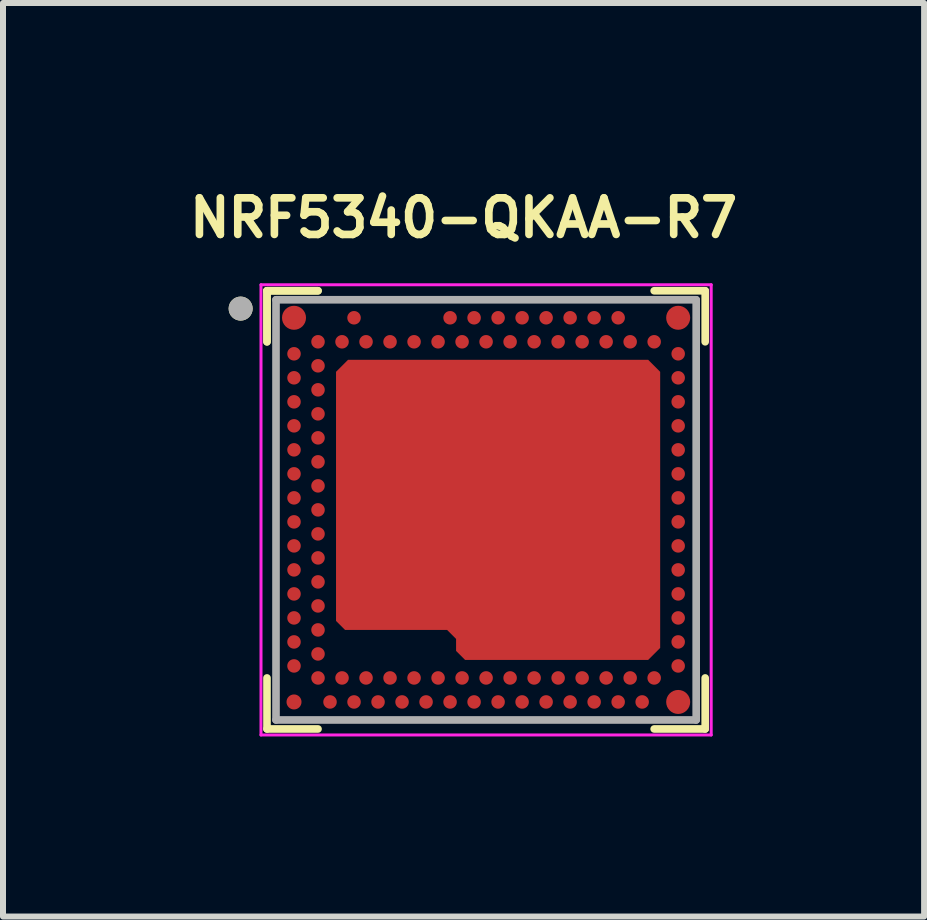
<source format=kicad_pcb>
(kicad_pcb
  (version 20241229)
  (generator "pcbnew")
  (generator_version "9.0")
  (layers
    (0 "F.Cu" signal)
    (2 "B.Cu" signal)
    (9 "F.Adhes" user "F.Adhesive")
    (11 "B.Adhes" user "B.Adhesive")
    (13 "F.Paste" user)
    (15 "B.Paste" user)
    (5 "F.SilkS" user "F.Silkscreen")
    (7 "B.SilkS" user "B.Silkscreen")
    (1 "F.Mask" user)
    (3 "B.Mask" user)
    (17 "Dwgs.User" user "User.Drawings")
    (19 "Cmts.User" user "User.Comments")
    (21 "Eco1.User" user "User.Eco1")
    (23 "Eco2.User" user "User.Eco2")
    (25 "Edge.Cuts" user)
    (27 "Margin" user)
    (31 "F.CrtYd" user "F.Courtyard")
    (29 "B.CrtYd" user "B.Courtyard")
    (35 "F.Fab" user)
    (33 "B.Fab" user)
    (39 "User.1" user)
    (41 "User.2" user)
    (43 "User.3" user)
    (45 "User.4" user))
  (footprint "NRF5340-QKAA-R7"
    (layer "F.Cu")
    (at 5.048 5.444)
    (property "Reference" "NRF5340-QKAA-R7" (at -0.375 -4.864 0) (layer "F.SilkS") (effects (font (size 0.61 0.61) (thickness 0.127))))
    (attr smd)
    (fp_line (start -3.65 -3.65) (end -3.65 -2.8) (stroke (width 0.127) (type solid)) (layer "F.SilkS"))
    (fp_line (start -3.65 -3.65) (end -3.65 -2.8) (stroke (width 0.127) (type solid)) (layer "F.SilkS"))
    (fp_line (start -3.65 2.8) (end -3.65 3.65) (stroke (width 0.127) (type solid)) (layer "F.SilkS"))
    (fp_line (start -3.65 3.65) (end -2.8 3.65) (stroke (width 0.127) (type solid)) (layer "F.SilkS"))
    (fp_line (start -2.8 -3.65) (end -3.65 -3.65) (stroke (width 0.127) (type solid)) (layer "F.SilkS"))
    (fp_line (start -2.8 -3.65) (end -3.65 -3.65) (stroke (width 0.127) (type solid)) (layer "F.SilkS"))
    (fp_line (start 2.8 3.65) (end 3.65 3.65) (stroke (width 0.127) (type solid)) (layer "F.SilkS"))
    (fp_line (start 3.65 -3.65) (end 2.8 -3.65) (stroke (width 0.127) (type solid)) (layer "F.SilkS"))
    (fp_line (start 3.65 -2.8) (end 3.65 -3.65) (stroke (width 0.127) (type solid)) (layer "F.SilkS"))
    (fp_line (start 3.65 3.65) (end 3.65 2.8) (stroke (width 0.127) (type solid)) (layer "F.SilkS"))
    (fp_circle (center -4.089 -3.353) (end -3.989 -3.353) (stroke (width 0.2) (type solid)) (fill no) (layer "F.SilkS"))
    (fp_circle (center -3.2 -3.2) (end -3.103 -3.2) (stroke (width 0.194) (type solid)) (fill no) (layer "F.Paste"))
    (fp_circle (center -3.2 -2.6) (end -3.147 -2.6) (stroke (width 0.106) (type solid)) (fill no) (layer "F.Paste"))
    (fp_circle (center -3.2 -2.2) (end -3.147 -2.2) (stroke (width 0.106) (type solid)) (fill no) (layer "F.Paste"))
    (fp_circle (center -3.2 -1.8) (end -3.147 -1.8) (stroke (width 0.106) (type solid)) (fill no) (layer "F.Paste"))
    (fp_circle (center -3.2 -1.4) (end -3.147 -1.4) (stroke (width 0.106) (type solid)) (fill no) (layer "F.Paste"))
    (fp_circle (center -3.2 -1) (end -3.147 -1) (stroke (width 0.106) (type solid)) (fill no) (layer "F.Paste"))
    (fp_circle (center -3.2 -0.6) (end -3.147 -0.6) (stroke (width 0.106) (type solid)) (fill no) (layer "F.Paste"))
    (fp_circle (center -3.2 -0.2) (end -3.147 -0.2) (stroke (width 0.106) (type solid)) (fill no) (layer "F.Paste"))
    (fp_circle (center -3.2 0.2) (end -3.147 0.2) (stroke (width 0.106) (type solid)) (fill no) (layer "F.Paste"))
    (fp_circle (center -3.2 0.6) (end -3.147 0.6) (stroke (width 0.106) (type solid)) (fill no) (layer "F.Paste"))
    (fp_circle (center -3.2 1) (end -3.147 1) (stroke (width 0.106) (type solid)) (fill no) (layer "F.Paste"))
    (fp_circle (center -3.2 1.4) (end -3.147 1.4) (stroke (width 0.106) (type solid)) (fill no) (layer "F.Paste"))
    (fp_circle (center -3.2 1.8) (end -3.147 1.8) (stroke (width 0.106) (type solid)) (fill no) (layer "F.Paste"))
    (fp_circle (center -3.2 2.2) (end -3.147 2.2) (stroke (width 0.106) (type solid)) (fill no) (layer "F.Paste"))
    (fp_circle (center -3.2 2.6) (end -3.147 2.6) (stroke (width 0.106) (type solid)) (fill no) (layer "F.Paste"))
    (fp_circle (center -3.2 3.2) (end -3.075 3.2) (stroke (width 0) (type solid)) (fill yes) (layer "F.Paste"))
    (fp_circle (center -2.8 -2.8) (end -2.747 -2.8) (stroke (width 0.106) (type solid)) (fill no) (layer "F.Paste"))
    (fp_circle (center -2.8 -2.4) (end -2.747 -2.4) (stroke (width 0.106) (type solid)) (fill no) (layer "F.Paste"))
    (fp_circle (center -2.8 -2) (end -2.747 -2) (stroke (width 0.106) (type solid)) (fill no) (layer "F.Paste"))
    (fp_circle (center -2.8 -1.6) (end -2.747 -1.6) (stroke (width 0.106) (type solid)) (fill no) (layer "F.Paste"))
    (fp_circle (center -2.8 -1.2) (end -2.747 -1.2) (stroke (width 0.106) (type solid)) (fill no) (layer "F.Paste"))
    (fp_circle (center -2.8 -0.8) (end -2.747 -0.8) (stroke (width 0.106) (type solid)) (fill no) (layer "F.Paste"))
    (fp_circle (center -2.8 -0.4) (end -2.747 -0.4) (stroke (width 0.106) (type solid)) (fill no) (layer "F.Paste"))
    (fp_circle (center -2.8 0) (end -2.747 0) (stroke (width 0.106) (type solid)) (fill no) (layer "F.Paste"))
    (fp_circle (center -2.8 0.4) (end -2.747 0.4) (stroke (width 0.106) (type solid)) (fill no) (layer "F.Paste"))
    (fp_circle (center -2.8 0.8) (end -2.747 0.8) (stroke (width 0.106) (type solid)) (fill no) (layer "F.Paste"))
    (fp_circle (center -2.8 1.2) (end -2.747 1.2) (stroke (width 0.106) (type solid)) (fill no) (layer "F.Paste"))
    (fp_circle (center -2.8 1.6) (end -2.747 1.6) (stroke (width 0.106) (type solid)) (fill no) (layer "F.Paste"))
    (fp_circle (center -2.8 2) (end -2.747 2) (stroke (width 0.106) (type solid)) (fill no) (layer "F.Paste"))
    (fp_circle (center -2.8 2.4) (end -2.747 2.4) (stroke (width 0.106) (type solid)) (fill no) (layer "F.Paste"))
    (fp_circle (center -2.8 2.8) (end -2.747 2.8) (stroke (width 0.106) (type solid)) (fill no) (layer "F.Paste"))
    (fp_circle (center -2.6 3.2) (end -2.547 3.2) (stroke (width 0.106) (type solid)) (fill no) (layer "F.Paste"))
    (fp_circle (center -2.4 -2.8) (end -2.347 -2.8) (stroke (width 0.106) (type solid)) (fill no) (layer "F.Paste"))
    (fp_circle (center -2.4 2.8) (end -2.347 2.8) (stroke (width 0.106) (type solid)) (fill no) (layer "F.Paste"))
    (fp_circle (center -2.2 -3.2) (end -2.147 -3.2) (stroke (width 0.106) (type solid)) (fill no) (layer "F.Paste"))
    (fp_circle (center -2.2 3.2) (end -2.147 3.2) (stroke (width 0.106) (type solid)) (fill no) (layer "F.Paste"))
    (fp_circle (center -2 -2.8) (end -1.947 -2.8) (stroke (width 0.106) (type solid)) (fill no) (layer "F.Paste"))
    (fp_circle (center -2 2.8) (end -1.947 2.8) (stroke (width 0.106) (type solid)) (fill no) (layer "F.Paste"))
    (fp_circle (center -1.8 3.2) (end -1.747 3.2) (stroke (width 0.106) (type solid)) (fill no) (layer "F.Paste"))
    (fp_circle (center -1.6 -2.8) (end -1.547 -2.8) (stroke (width 0.106) (type solid)) (fill no) (layer "F.Paste"))
    (fp_circle (center -1.6 2.8) (end -1.547 2.8) (stroke (width 0.106) (type solid)) (fill no) (layer "F.Paste"))
    (fp_circle (center -1.4 3.2) (end -1.347 3.2) (stroke (width 0.106) (type solid)) (fill no) (layer "F.Paste"))
    (fp_circle (center -1.2 -2.8) (end -1.147 -2.8) (stroke (width 0.106) (type solid)) (fill no) (layer "F.Paste"))
    (fp_circle (center -1.2 2.8) (end -1.147 2.8) (stroke (width 0.106) (type solid)) (fill no) (layer "F.Paste"))
    (fp_circle (center -1 3.2) (end -0.947 3.2) (stroke (width 0.106) (type solid)) (fill no) (layer "F.Paste"))
    (fp_circle (center -0.8 -2.8) (end -0.747 -2.8) (stroke (width 0.106) (type solid)) (fill no) (layer "F.Paste"))
    (fp_circle (center -0.8 2.8) (end -0.747 2.8) (stroke (width 0.106) (type solid)) (fill no) (layer "F.Paste"))
    (fp_circle (center -0.6 -3.2) (end -0.547 -3.2) (stroke (width 0.106) (type solid)) (fill no) (layer "F.Paste"))
    (fp_circle (center -0.6 3.2) (end -0.547 3.2) (stroke (width 0.106) (type solid)) (fill no) (layer "F.Paste"))
    (fp_circle (center -0.4 -2.8) (end -0.347 -2.8) (stroke (width 0.106) (type solid)) (fill no) (layer "F.Paste"))
    (fp_circle (center -0.4 2.8) (end -0.347 2.8) (stroke (width 0.106) (type solid)) (fill no) (layer "F.Paste"))
    (fp_circle (center -0.2 -3.2) (end -0.147 -3.2) (stroke (width 0.106) (type solid)) (fill no) (layer "F.Paste"))
    (fp_circle (center -0.2 3.2) (end -0.147 3.2) (stroke (width 0.106) (type solid)) (fill no) (layer "F.Paste"))
    (fp_circle (center 0 -2.8) (end 0.053 -2.8) (stroke (width 0.106) (type solid)) (fill no) (layer "F.Paste"))
    (fp_circle (center 0 2.8) (end 0.053 2.8) (stroke (width 0.106) (type solid)) (fill no) (layer "F.Paste"))
    (fp_circle (center 0.2 -3.2) (end 0.253 -3.2) (stroke (width 0.106) (type solid)) (fill no) (layer "F.Paste"))
    (fp_circle (center 0.2 3.2) (end 0.253 3.2) (stroke (width 0.106) (type solid)) (fill no) (layer "F.Paste"))
    (fp_circle (center 0.4 -2.8) (end 0.453 -2.8) (stroke (width 0.106) (type solid)) (fill no) (layer "F.Paste"))
    (fp_circle (center 0.4 2.8) (end 0.453 2.8) (stroke (width 0.106) (type solid)) (fill no) (layer "F.Paste"))
    (fp_circle (center 0.6 -3.2) (end 0.653 -3.2) (stroke (width 0.106) (type solid)) (fill no) (layer "F.Paste"))
    (fp_circle (center 0.6 3.2) (end 0.653 3.2) (stroke (width 0.106) (type solid)) (fill no) (layer "F.Paste"))
    (fp_circle (center 0.8 -2.8) (end 0.853 -2.8) (stroke (width 0.106) (type solid)) (fill no) (layer "F.Paste"))
    (fp_circle (center 0.8 2.8) (end 0.853 2.8) (stroke (width 0.106) (type solid)) (fill no) (layer "F.Paste"))
    (fp_circle (center 1 -3.2) (end 1.053 -3.2) (stroke (width 0.106) (type solid)) (fill no) (layer "F.Paste"))
    (fp_circle (center 1 3.2) (end 1.053 3.2) (stroke (width 0.106) (type solid)) (fill no) (layer "F.Paste"))
    (fp_circle (center 1.2 -2.8) (end 1.253 -2.8) (stroke (width 0.106) (type solid)) (fill no) (layer "F.Paste"))
    (fp_circle (center 1.2 2.8) (end 1.253 2.8) (stroke (width 0.106) (type solid)) (fill no) (layer "F.Paste"))
    (fp_circle (center 1.4 -3.2) (end 1.453 -3.2) (stroke (width 0.106) (type solid)) (fill no) (layer "F.Paste"))
    (fp_circle (center 1.4 3.2) (end 1.453 3.2) (stroke (width 0.106) (type solid)) (fill no) (layer "F.Paste"))
    (fp_circle (center 1.6 -2.8) (end 1.653 -2.8) (stroke (width 0.106) (type solid)) (fill no) (layer "F.Paste"))
    (fp_circle (center 1.6 2.8) (end 1.653 2.8) (stroke (width 0.106) (type solid)) (fill no) (layer "F.Paste"))
    (fp_circle (center 1.8 -3.2) (end 1.853 -3.2) (stroke (width 0.106) (type solid)) (fill no) (layer "F.Paste"))
    (fp_circle (center 1.8 3.2) (end 1.853 3.2) (stroke (width 0.106) (type solid)) (fill no) (layer "F.Paste"))
    (fp_circle (center 2 -2.8) (end 2.053 -2.8) (stroke (width 0.106) (type solid)) (fill no) (layer "F.Paste"))
    (fp_circle (center 2 2.8) (end 2.053 2.8) (stroke (width 0.106) (type solid)) (fill no) (layer "F.Paste"))
    (fp_circle (center 2.2 -3.2) (end 2.253 -3.2) (stroke (width 0.106) (type solid)) (fill no) (layer "F.Paste"))
    (fp_circle (center 2.2 3.2) (end 2.253 3.2) (stroke (width 0.106) (type solid)) (fill no) (layer "F.Paste"))
    (fp_circle (center 2.4 -2.8) (end 2.453 -2.8) (stroke (width 0.106) (type solid)) (fill no) (layer "F.Paste"))
    (fp_circle (center 2.4 2.8) (end 2.453 2.8) (stroke (width 0.106) (type solid)) (fill no) (layer "F.Paste"))
    (fp_circle (center 2.6 3.2) (end 2.653 3.2) (stroke (width 0.106) (type solid)) (fill no) (layer "F.Paste"))
    (fp_circle (center 2.8 -2.8) (end 2.853 -2.8) (stroke (width 0.106) (type solid)) (fill no) (layer "F.Paste"))
    (fp_circle (center 2.8 2.8) (end 2.853 2.8) (stroke (width 0.106) (type solid)) (fill no) (layer "F.Paste"))
    (fp_circle (center 3.2 -3.2) (end 3.297 -3.2) (stroke (width 0.194) (type solid)) (fill no) (layer "F.Paste"))
    (fp_circle (center 3.2 -2.6) (end 3.253 -2.6) (stroke (width 0.106) (type solid)) (fill no) (layer "F.Paste"))
    (fp_circle (center 3.2 -2.2) (end 3.253 -2.2) (stroke (width 0.106) (type solid)) (fill no) (layer "F.Paste"))
    (fp_circle (center 3.2 -1.8) (end 3.253 -1.8) (stroke (width 0.106) (type solid)) (fill no) (layer "F.Paste"))
    (fp_circle (center 3.2 -1.4) (end 3.253 -1.4) (stroke (width 0.106) (type solid)) (fill no) (layer "F.Paste"))
    (fp_circle (center 3.2 -1) (end 3.253 -1) (stroke (width 0.106) (type solid)) (fill no) (layer "F.Paste"))
    (fp_circle (center 3.2 -0.6) (end 3.253 -0.6) (stroke (width 0.106) (type solid)) (fill no) (layer "F.Paste"))
    (fp_circle (center 3.2 -0.2) (end 3.253 -0.2) (stroke (width 0.106) (type solid)) (fill no) (layer "F.Paste"))
    (fp_circle (center 3.2 0.2) (end 3.253 0.2) (stroke (width 0.106) (type solid)) (fill no) (layer "F.Paste"))
    (fp_circle (center 3.2 0.6) (end 3.253 0.6) (stroke (width 0.106) (type solid)) (fill no) (layer "F.Paste"))
    (fp_circle (center 3.2 1) (end 3.253 1) (stroke (width 0.106) (type solid)) (fill no) (layer "F.Paste"))
    (fp_circle (center 3.2 1.4) (end 3.253 1.4) (stroke (width 0.106) (type solid)) (fill no) (layer "F.Paste"))
    (fp_circle (center 3.2 1.8) (end 3.253 1.8) (stroke (width 0.106) (type solid)) (fill no) (layer "F.Paste"))
    (fp_circle (center 3.2 2.2) (end 3.253 2.2) (stroke (width 0.106) (type solid)) (fill no) (layer "F.Paste"))
    (fp_circle (center 3.2 2.6) (end 3.253 2.6) (stroke (width 0.106) (type solid)) (fill no) (layer "F.Paste"))
    (fp_circle (center 3.2 3.2) (end 3.297 3.2) (stroke (width 0.194) (type solid)) (fill no) (layer "F.Paste"))
    (fp_poly (pts (xy -2.3 -2.06) (xy -2.299 -2.072) (xy -2.298 -2.085) (xy -2.296 -2.098) (xy -2.294 -2.11) (xy -2.291 -2.123) (xy -2.287 -2.135) (xy -2.282 -2.147) (xy -2.277 -2.159) (xy -2.271 -2.17) (xy -2.265 -2.181) (xy -2.258 -2.192) (xy -2.251 -2.202) (xy -2.243 -2.213) (xy -2.234 -2.222) (xy -2.225 -2.231) (xy -2.216 -2.24) (xy -2.206 -2.248) (xy -2.196 -2.256) (xy -2.185 -2.263) (xy -2.174 -2.269) (xy -2.162 -2.275) (xy -2.151 -2.281) (xy -2.139 -2.285) (xy -2.127 -2.289) (xy -2.114 -2.293) (xy -2.102 -2.296) (xy -2.089 -2.298) (xy -2.076 -2.299) (xy -2.064 -2.3) (xy -2.05 -2.3) (xy -1.45 -2.3) (xy -1.436 -2.3) (xy -1.424 -2.299) (xy -1.411 -2.298) (xy -1.398 -2.296) (xy -1.386 -2.293) (xy -1.373 -2.289) (xy -1.361 -2.285) (xy -1.349 -2.281) (xy -1.338 -2.275) (xy -1.326 -2.269) (xy -1.315 -2.263) (xy -1.304 -2.256) (xy -1.294 -2.248) (xy -1.284 -2.24) (xy -1.275 -2.231) (xy -1.266 -2.222) (xy -1.257 -2.213) (xy -1.249 -2.202) (xy -1.242 -2.192) (xy -1.235 -2.181) (xy -1.229 -2.17) (xy -1.223 -2.159) (xy -1.218 -2.147) (xy -1.213 -2.135) (xy -1.209 -2.123) (xy -1.206 -2.11) (xy -1.204 -2.098) (xy -1.202 -2.085) (xy -1.201 -2.072) (xy -1.2 -2.06) (xy -1.2 -1.54) (xy -1.201 -1.528) (xy -1.202 -1.515) (xy -1.204 -1.502) (xy -1.206 -1.49) (xy -1.209 -1.477) (xy -1.213 -1.465) (xy -1.218 -1.453) (xy -1.223 -1.441) (xy -1.229 -1.43) (xy -1.235 -1.419) (xy -1.242 -1.408) (xy -1.249 -1.398) (xy -1.257 -1.387) (xy -1.266 -1.378) (xy -1.275 -1.369) (xy -1.284 -1.36) (xy -1.294 -1.352) (xy -1.304 -1.344) (xy -1.315 -1.337) (xy -1.326 -1.331) (xy -1.338 -1.325) (xy -1.349 -1.319) (xy -1.361 -1.315) (xy -1.373 -1.311) (xy -1.386 -1.307) (xy -1.398 -1.304) (xy -1.411 -1.302) (xy -1.424 -1.301) (xy -1.436 -1.3) (xy -1.45 -1.3) (xy -2.05 -1.3) (xy -2.064 -1.3) (xy -2.076 -1.301) (xy -2.089 -1.302) (xy -2.102 -1.304) (xy -2.114 -1.307) (xy -2.127 -1.311) (xy -2.139 -1.315) (xy -2.151 -1.319) (xy -2.162 -1.325) (xy -2.174 -1.331) (xy -2.185 -1.337) (xy -2.196 -1.344) (xy -2.206 -1.352) (xy -2.216 -1.36) (xy -2.225 -1.369) (xy -2.234 -1.378) (xy -2.243 -1.387) (xy -2.251 -1.398) (xy -2.258 -1.408) (xy -2.265 -1.419) (xy -2.271 -1.43) (xy -2.277 -1.441) (xy -2.282 -1.453) (xy -2.287 -1.465) (xy -2.291 -1.477) (xy -2.294 -1.49) (xy -2.296 -1.502) (xy -2.298 -1.515) (xy -2.299 -1.528) (xy -2.3 -1.54) (xy -2.3 -2.06)) (stroke (width 0.01) (type solid)) (fill yes) (layer "F.Paste"))
    (fp_poly (pts (xy -2.3 -0.86) (xy -2.299 -0.872) (xy -2.298 -0.885) (xy -2.296 -0.898) (xy -2.294 -0.91) (xy -2.291 -0.923) (xy -2.287 -0.935) (xy -2.282 -0.947) (xy -2.277 -0.959) (xy -2.271 -0.97) (xy -2.265 -0.981) (xy -2.258 -0.992) (xy -2.251 -1.002) (xy -2.243 -1.013) (xy -2.234 -1.022) (xy -2.225 -1.031) (xy -2.216 -1.04) (xy -2.206 -1.048) (xy -2.196 -1.056) (xy -2.185 -1.063) (xy -2.174 -1.069) (xy -2.162 -1.075) (xy -2.151 -1.081) (xy -2.139 -1.085) (xy -2.127 -1.089) (xy -2.114 -1.093) (xy -2.102 -1.096) (xy -2.089 -1.098) (xy -2.076 -1.099) (xy -2.064 -1.1) (xy -2.05 -1.1) (xy -1.45 -1.1) (xy -1.436 -1.1) (xy -1.424 -1.099) (xy -1.411 -1.098) (xy -1.398 -1.096) (xy -1.386 -1.093) (xy -1.373 -1.089) (xy -1.361 -1.085) (xy -1.349 -1.081) (xy -1.338 -1.075) (xy -1.326 -1.069) (xy -1.315 -1.063) (xy -1.304 -1.056) (xy -1.294 -1.048) (xy -1.284 -1.04) (xy -1.275 -1.031) (xy -1.266 -1.022) (xy -1.257 -1.013) (xy -1.249 -1.002) (xy -1.242 -0.992) (xy -1.235 -0.981) (xy -1.229 -0.97) (xy -1.223 -0.959) (xy -1.218 -0.947) (xy -1.213 -0.935) (xy -1.209 -0.923) (xy -1.206 -0.91) (xy -1.204 -0.898) (xy -1.202 -0.885) (xy -1.201 -0.872) (xy -1.2 -0.86) (xy -1.2 -0.34) (xy -1.201 -0.328) (xy -1.202 -0.315) (xy -1.204 -0.302) (xy -1.206 -0.29) (xy -1.209 -0.277) (xy -1.213 -0.265) (xy -1.218 -0.253) (xy -1.223 -0.241) (xy -1.229 -0.23) (xy -1.235 -0.219) (xy -1.242 -0.208) (xy -1.249 -0.198) (xy -1.257 -0.187) (xy -1.266 -0.178) (xy -1.275 -0.169) (xy -1.284 -0.16) (xy -1.294 -0.152) (xy -1.304 -0.144) (xy -1.315 -0.137) (xy -1.326 -0.131) (xy -1.338 -0.125) (xy -1.349 -0.119) (xy -1.361 -0.115) (xy -1.373 -0.111) (xy -1.386 -0.107) (xy -1.398 -0.104) (xy -1.411 -0.102) (xy -1.424 -0.101) (xy -1.436 -0.1) (xy -1.45 -0.1) (xy -2.05 -0.1) (xy -2.064 -0.1) (xy -2.076 -0.101) (xy -2.089 -0.102) (xy -2.102 -0.104) (xy -2.114 -0.107) (xy -2.127 -0.111) (xy -2.139 -0.115) (xy -2.151 -0.119) (xy -2.162 -0.125) (xy -2.174 -0.131) (xy -2.185 -0.137) (xy -2.196 -0.144) (xy -2.206 -0.152) (xy -2.216 -0.16) (xy -2.225 -0.169) (xy -2.234 -0.178) (xy -2.243 -0.187) (xy -2.251 -0.198) (xy -2.258 -0.208) (xy -2.265 -0.219) (xy -2.271 -0.23) (xy -2.277 -0.241) (xy -2.282 -0.253) (xy -2.287 -0.265) (xy -2.291 -0.277) (xy -2.294 -0.29) (xy -2.296 -0.302) (xy -2.298 -0.315) (xy -2.299 -0.328) (xy -2.3 -0.34) (xy -2.3 -0.86)) (stroke (width 0.01) (type solid)) (fill yes) (layer "F.Paste"))
    (fp_poly (pts (xy -2.3 0.34) (xy -2.299 0.328) (xy -2.298 0.315) (xy -2.296 0.302) (xy -2.294 0.29) (xy -2.291 0.277) (xy -2.287 0.265) (xy -2.282 0.253) (xy -2.277 0.241) (xy -2.271 0.23) (xy -2.265 0.219) (xy -2.258 0.208) (xy -2.251 0.198) (xy -2.243 0.187) (xy -2.234 0.178) (xy -2.225 0.169) (xy -2.216 0.16) (xy -2.206 0.152) (xy -2.196 0.144) (xy -2.185 0.137) (xy -2.174 0.131) (xy -2.162 0.125) (xy -2.151 0.119) (xy -2.139 0.115) (xy -2.127 0.111) (xy -2.114 0.107) (xy -2.102 0.104) (xy -2.089 0.102) (xy -2.076 0.101) (xy -2.064 0.1) (xy -2.05 0.1) (xy -1.45 0.1) (xy -1.436 0.1) (xy -1.424 0.101) (xy -1.411 0.102) (xy -1.398 0.104) (xy -1.386 0.107) (xy -1.373 0.111) (xy -1.361 0.115) (xy -1.349 0.119) (xy -1.338 0.125) (xy -1.326 0.131) (xy -1.315 0.137) (xy -1.304 0.144) (xy -1.294 0.152) (xy -1.284 0.16) (xy -1.275 0.169) (xy -1.266 0.178) (xy -1.257 0.187) (xy -1.249 0.198) (xy -1.242 0.208) (xy -1.235 0.219) (xy -1.229 0.23) (xy -1.223 0.241) (xy -1.218 0.253) (xy -1.213 0.265) (xy -1.209 0.277) (xy -1.206 0.29) (xy -1.204 0.302) (xy -1.202 0.315) (xy -1.201 0.328) (xy -1.2 0.34) (xy -1.2 0.86) (xy -1.201 0.872) (xy -1.202 0.885) (xy -1.204 0.898) (xy -1.206 0.91) (xy -1.209 0.923) (xy -1.213 0.935) (xy -1.218 0.947) (xy -1.223 0.959) (xy -1.229 0.97) (xy -1.235 0.981) (xy -1.242 0.992) (xy -1.249 1.002) (xy -1.257 1.013) (xy -1.266 1.022) (xy -1.275 1.031) (xy -1.284 1.04) (xy -1.294 1.048) (xy -1.304 1.056) (xy -1.315 1.063) (xy -1.326 1.069) (xy -1.338 1.075) (xy -1.349 1.081) (xy -1.361 1.085) (xy -1.373 1.089) (xy -1.386 1.093) (xy -1.398 1.096) (xy -1.411 1.098) (xy -1.424 1.099) (xy -1.436 1.1) (xy -1.45 1.1) (xy -2.05 1.1) (xy -2.064 1.1) (xy -2.076 1.099) (xy -2.089 1.098) (xy -2.102 1.096) (xy -2.114 1.093) (xy -2.127 1.089) (xy -2.139 1.085) (xy -2.151 1.081) (xy -2.162 1.075) (xy -2.174 1.069) (xy -2.185 1.063) (xy -2.196 1.056) (xy -2.206 1.048) (xy -2.216 1.04) (xy -2.225 1.031) (xy -2.234 1.022) (xy -2.243 1.013) (xy -2.251 1.002) (xy -2.258 0.992) (xy -2.265 0.981) (xy -2.271 0.97) (xy -2.277 0.959) (xy -2.282 0.947) (xy -2.287 0.935) (xy -2.291 0.923) (xy -2.294 0.91) (xy -2.296 0.898) (xy -2.298 0.885) (xy -2.299 0.872) (xy -2.3 0.86) (xy -2.3 0.34)) (stroke (width 0.01) (type solid)) (fill yes) (layer "F.Paste"))
    (fp_poly (pts (xy -1 -2.06) (xy -0.999 -2.072) (xy -0.998 -2.085) (xy -0.996 -2.098) (xy -0.994 -2.11) (xy -0.991 -2.123) (xy -0.987 -2.135) (xy -0.982 -2.147) (xy -0.977 -2.159) (xy -0.971 -2.17) (xy -0.965 -2.181) (xy -0.958 -2.192) (xy -0.951 -2.202) (xy -0.943 -2.213) (xy -0.934 -2.222) (xy -0.925 -2.231) (xy -0.916 -2.24) (xy -0.906 -2.248) (xy -0.896 -2.256) (xy -0.885 -2.263) (xy -0.874 -2.269) (xy -0.862 -2.275) (xy -0.851 -2.281) (xy -0.839 -2.285) (xy -0.827 -2.289) (xy -0.814 -2.293) (xy -0.802 -2.296) (xy -0.789 -2.298) (xy -0.776 -2.299) (xy -0.764 -2.3) (xy -0.75 -2.3) (xy -0.15 -2.3) (xy -0.136 -2.3) (xy -0.124 -2.299) (xy -0.111 -2.298) (xy -0.098 -2.296) (xy -0.086 -2.293) (xy -0.073 -2.289) (xy -0.061 -2.285) (xy -0.049 -2.281) (xy -0.038 -2.275) (xy -0.026 -2.269) (xy -0.015 -2.263) (xy -0.004 -2.256) (xy 0.006 -2.248) (xy 0.016 -2.24) (xy 0.025 -2.231) (xy 0.034 -2.222) (xy 0.043 -2.213) (xy 0.051 -2.202) (xy 0.058 -2.192) (xy 0.065 -2.181) (xy 0.071 -2.17) (xy 0.077 -2.159) (xy 0.082 -2.147) (xy 0.087 -2.135) (xy 0.091 -2.123) (xy 0.094 -2.11) (xy 0.096 -2.098) (xy 0.098 -2.085) (xy 0.099 -2.072) (xy 0.1 -2.06) (xy 0.1 -1.54) (xy 0.099 -1.528) (xy 0.098 -1.515) (xy 0.096 -1.502) (xy 0.094 -1.49) (xy 0.091 -1.477) (xy 0.087 -1.465) (xy 0.082 -1.453) (xy 0.077 -1.441) (xy 0.071 -1.43) (xy 0.065 -1.419) (xy 0.058 -1.408) (xy 0.051 -1.398) (xy 0.043 -1.387) (xy 0.034 -1.378) (xy 0.025 -1.369) (xy 0.016 -1.36) (xy 0.006 -1.352) (xy -0.004 -1.344) (xy -0.015 -1.337) (xy -0.026 -1.331) (xy -0.038 -1.325) (xy -0.049 -1.319) (xy -0.061 -1.315) (xy -0.073 -1.311) (xy -0.086 -1.307) (xy -0.098 -1.304) (xy -0.111 -1.302) (xy -0.124 -1.301) (xy -0.136 -1.3) (xy -0.15 -1.3) (xy -0.75 -1.3) (xy -0.764 -1.3) (xy -0.776 -1.301) (xy -0.789 -1.302) (xy -0.802 -1.304) (xy -0.814 -1.307) (xy -0.827 -1.311) (xy -0.839 -1.315) (xy -0.851 -1.319) (xy -0.862 -1.325) (xy -0.874 -1.331) (xy -0.885 -1.337) (xy -0.896 -1.344) (xy -0.906 -1.352) (xy -0.916 -1.36) (xy -0.925 -1.369) (xy -0.934 -1.378) (xy -0.943 -1.387) (xy -0.951 -1.398) (xy -0.958 -1.408) (xy -0.965 -1.419) (xy -0.971 -1.43) (xy -0.977 -1.441) (xy -0.982 -1.453) (xy -0.987 -1.465) (xy -0.991 -1.477) (xy -0.994 -1.49) (xy -0.996 -1.502) (xy -0.998 -1.515) (xy -0.999 -1.528) (xy -1 -1.54) (xy -1 -2.06)) (stroke (width 0.01) (type solid)) (fill yes) (layer "F.Paste"))
    (fp_poly (pts (xy -1 -0.86) (xy -0.999 -0.872) (xy -0.998 -0.885) (xy -0.996 -0.898) (xy -0.994 -0.91) (xy -0.991 -0.923) (xy -0.987 -0.935) (xy -0.982 -0.947) (xy -0.977 -0.959) (xy -0.971 -0.97) (xy -0.965 -0.981) (xy -0.958 -0.992) (xy -0.951 -1.002) (xy -0.943 -1.013) (xy -0.934 -1.022) (xy -0.925 -1.031) (xy -0.916 -1.04) (xy -0.906 -1.048) (xy -0.896 -1.056) (xy -0.885 -1.063) (xy -0.874 -1.069) (xy -0.862 -1.075) (xy -0.851 -1.081) (xy -0.839 -1.085) (xy -0.827 -1.089) (xy -0.814 -1.093) (xy -0.802 -1.096) (xy -0.789 -1.098) (xy -0.776 -1.099) (xy -0.764 -1.1) (xy -0.75 -1.1) (xy -0.15 -1.1) (xy -0.136 -1.1) (xy -0.124 -1.099) (xy -0.111 -1.098) (xy -0.098 -1.096) (xy -0.086 -1.093) (xy -0.073 -1.089) (xy -0.061 -1.085) (xy -0.049 -1.081) (xy -0.038 -1.075) (xy -0.026 -1.069) (xy -0.015 -1.063) (xy -0.004 -1.056) (xy 0.006 -1.048) (xy 0.016 -1.04) (xy 0.025 -1.031) (xy 0.034 -1.022) (xy 0.043 -1.013) (xy 0.051 -1.002) (xy 0.058 -0.992) (xy 0.065 -0.981) (xy 0.071 -0.97) (xy 0.077 -0.959) (xy 0.082 -0.947) (xy 0.087 -0.935) (xy 0.091 -0.923) (xy 0.094 -0.91) (xy 0.096 -0.898) (xy 0.098 -0.885) (xy 0.099 -0.872) (xy 0.1 -0.86) (xy 0.1 -0.34) (xy 0.099 -0.328) (xy 0.098 -0.315) (xy 0.096 -0.302) (xy 0.094 -0.29) (xy 0.091 -0.277) (xy 0.087 -0.265) (xy 0.082 -0.253) (xy 0.077 -0.241) (xy 0.071 -0.23) (xy 0.065 -0.219) (xy 0.058 -0.208) (xy 0.051 -0.198) (xy 0.043 -0.187) (xy 0.034 -0.178) (xy 0.025 -0.169) (xy 0.016 -0.16) (xy 0.006 -0.152) (xy -0.004 -0.144) (xy -0.015 -0.137) (xy -0.026 -0.131) (xy -0.038 -0.125) (xy -0.049 -0.119) (xy -0.061 -0.115) (xy -0.073 -0.111) (xy -0.086 -0.107) (xy -0.098 -0.104) (xy -0.111 -0.102) (xy -0.124 -0.101) (xy -0.136 -0.1) (xy -0.15 -0.1) (xy -0.75 -0.1) (xy -0.764 -0.1) (xy -0.776 -0.101) (xy -0.789 -0.102) (xy -0.802 -0.104) (xy -0.814 -0.107) (xy -0.827 -0.111) (xy -0.839 -0.115) (xy -0.851 -0.119) (xy -0.862 -0.125) (xy -0.874 -0.131) (xy -0.885 -0.137) (xy -0.896 -0.144) (xy -0.906 -0.152) (xy -0.916 -0.16) (xy -0.925 -0.169) (xy -0.934 -0.178) (xy -0.943 -0.187) (xy -0.951 -0.198) (xy -0.958 -0.208) (xy -0.965 -0.219) (xy -0.971 -0.23) (xy -0.977 -0.241) (xy -0.982 -0.253) (xy -0.987 -0.265) (xy -0.991 -0.277) (xy -0.994 -0.29) (xy -0.996 -0.302) (xy -0.998 -0.315) (xy -0.999 -0.328) (xy -1 -0.34) (xy -1 -0.86)) (stroke (width 0.01) (type solid)) (fill yes) (layer "F.Paste"))
    (fp_poly (pts (xy -1 0.34) (xy -0.999 0.328) (xy -0.998 0.315) (xy -0.996 0.302) (xy -0.994 0.29) (xy -0.991 0.277) (xy -0.987 0.265) (xy -0.982 0.253) (xy -0.977 0.241) (xy -0.971 0.23) (xy -0.965 0.219) (xy -0.958 0.208) (xy -0.951 0.198) (xy -0.943 0.187) (xy -0.934 0.178) (xy -0.925 0.169) (xy -0.916 0.16) (xy -0.906 0.152) (xy -0.896 0.144) (xy -0.885 0.137) (xy -0.874 0.131) (xy -0.862 0.125) (xy -0.851 0.119) (xy -0.839 0.115) (xy -0.827 0.111) (xy -0.814 0.107) (xy -0.802 0.104) (xy -0.789 0.102) (xy -0.776 0.101) (xy -0.764 0.1) (xy -0.75 0.1) (xy -0.15 0.1) (xy -0.136 0.1) (xy -0.124 0.101) (xy -0.111 0.102) (xy -0.098 0.104) (xy -0.086 0.107) (xy -0.073 0.111) (xy -0.061 0.115) (xy -0.049 0.119) (xy -0.038 0.125) (xy -0.026 0.131) (xy -0.015 0.137) (xy -0.004 0.144) (xy 0.006 0.152) (xy 0.016 0.16) (xy 0.025 0.169) (xy 0.034 0.178) (xy 0.043 0.187) (xy 0.051 0.198) (xy 0.058 0.208) (xy 0.065 0.219) (xy 0.071 0.23) (xy 0.077 0.241) (xy 0.082 0.253) (xy 0.087 0.265) (xy 0.091 0.277) (xy 0.094 0.29) (xy 0.096 0.302) (xy 0.098 0.315) (xy 0.099 0.328) (xy 0.1 0.34) (xy 0.1 0.86) (xy 0.099 0.872) (xy 0.098 0.885) (xy 0.096 0.898) (xy 0.094 0.91) (xy 0.091 0.923) (xy 0.087 0.935) (xy 0.082 0.947) (xy 0.077 0.959) (xy 0.071 0.97) (xy 0.065 0.981) (xy 0.058 0.992) (xy 0.051 1.002) (xy 0.043 1.013) (xy 0.034 1.022) (xy 0.025 1.031) (xy 0.016 1.04) (xy 0.006 1.048) (xy -0.004 1.056) (xy -0.015 1.063) (xy -0.026 1.069) (xy -0.038 1.075) (xy -0.049 1.081) (xy -0.061 1.085) (xy -0.073 1.089) (xy -0.086 1.093) (xy -0.098 1.096) (xy -0.111 1.098) (xy -0.124 1.099) (xy -0.136 1.1) (xy -0.15 1.1) (xy -0.75 1.1) (xy -0.764 1.1) (xy -0.776 1.099) (xy -0.789 1.098) (xy -0.802 1.096) (xy -0.814 1.093) (xy -0.827 1.089) (xy -0.839 1.085) (xy -0.851 1.081) (xy -0.862 1.075) (xy -0.874 1.069) (xy -0.885 1.063) (xy -0.896 1.056) (xy -0.906 1.048) (xy -0.916 1.04) (xy -0.925 1.031) (xy -0.934 1.022) (xy -0.943 1.013) (xy -0.951 1.002) (xy -0.958 0.992) (xy -0.965 0.981) (xy -0.971 0.97) (xy -0.977 0.959) (xy -0.982 0.947) (xy -0.987 0.935) (xy -0.991 0.923) (xy -0.994 0.91) (xy -0.996 0.898) (xy -0.998 0.885) (xy -0.999 0.872) (xy -1 0.86) (xy -1 0.34)) (stroke (width 0.01) (type solid)) (fill yes) (layer "F.Paste"))
    (fp_poly (pts (xy 0.3 -2.06) (xy 0.301 -2.072) (xy 0.302 -2.085) (xy 0.304 -2.098) (xy 0.306 -2.11) (xy 0.309 -2.123) (xy 0.313 -2.135) (xy 0.318 -2.147) (xy 0.323 -2.159) (xy 0.329 -2.17) (xy 0.335 -2.181) (xy 0.342 -2.192) (xy 0.349 -2.202) (xy 0.357 -2.213) (xy 0.366 -2.222) (xy 0.375 -2.231) (xy 0.384 -2.24) (xy 0.394 -2.248) (xy 0.404 -2.256) (xy 0.415 -2.263) (xy 0.426 -2.269) (xy 0.438 -2.275) (xy 0.449 -2.281) (xy 0.461 -2.285) (xy 0.473 -2.289) (xy 0.486 -2.293) (xy 0.498 -2.296) (xy 0.511 -2.298) (xy 0.524 -2.299) (xy 0.536 -2.3) (xy 0.55 -2.3) (xy 1.15 -2.3) (xy 1.164 -2.3) (xy 1.176 -2.299) (xy 1.189 -2.298) (xy 1.202 -2.296) (xy 1.214 -2.293) (xy 1.227 -2.289) (xy 1.239 -2.285) (xy 1.251 -2.281) (xy 1.262 -2.275) (xy 1.274 -2.269) (xy 1.285 -2.263) (xy 1.296 -2.256) (xy 1.306 -2.248) (xy 1.316 -2.24) (xy 1.325 -2.231) (xy 1.334 -2.222) (xy 1.343 -2.213) (xy 1.351 -2.202) (xy 1.358 -2.192) (xy 1.365 -2.181) (xy 1.371 -2.17) (xy 1.377 -2.159) (xy 1.382 -2.147) (xy 1.387 -2.135) (xy 1.391 -2.123) (xy 1.394 -2.11) (xy 1.396 -2.098) (xy 1.398 -2.085) (xy 1.399 -2.072) (xy 1.4 -2.06) (xy 1.4 -1.54) (xy 1.399 -1.528) (xy 1.398 -1.515) (xy 1.396 -1.502) (xy 1.394 -1.49) (xy 1.391 -1.477) (xy 1.387 -1.465) (xy 1.382 -1.453) (xy 1.377 -1.441) (xy 1.371 -1.43) (xy 1.365 -1.419) (xy 1.358 -1.408) (xy 1.351 -1.398) (xy 1.343 -1.387) (xy 1.334 -1.378) (xy 1.325 -1.369) (xy 1.316 -1.36) (xy 1.306 -1.352) (xy 1.296 -1.344) (xy 1.285 -1.337) (xy 1.274 -1.331) (xy 1.262 -1.325) (xy 1.251 -1.319) (xy 1.239 -1.315) (xy 1.227 -1.311) (xy 1.214 -1.307) (xy 1.202 -1.304) (xy 1.189 -1.302) (xy 1.176 -1.301) (xy 1.164 -1.3) (xy 1.15 -1.3) (xy 0.55 -1.3) (xy 0.536 -1.3) (xy 0.524 -1.301) (xy 0.511 -1.302) (xy 0.498 -1.304) (xy 0.486 -1.307) (xy 0.473 -1.311) (xy 0.461 -1.315) (xy 0.449 -1.319) (xy 0.438 -1.325) (xy 0.426 -1.331) (xy 0.415 -1.337) (xy 0.404 -1.344) (xy 0.394 -1.352) (xy 0.384 -1.36) (xy 0.375 -1.369) (xy 0.366 -1.378) (xy 0.357 -1.387) (xy 0.349 -1.398) (xy 0.342 -1.408) (xy 0.335 -1.419) (xy 0.329 -1.43) (xy 0.323 -1.441) (xy 0.318 -1.453) (xy 0.313 -1.465) (xy 0.309 -1.477) (xy 0.306 -1.49) (xy 0.304 -1.502) (xy 0.302 -1.515) (xy 0.301 -1.528) (xy 0.3 -1.54) (xy 0.3 -2.06)) (stroke (width 0.01) (type solid)) (fill yes) (layer "F.Paste"))
    (fp_poly (pts (xy 0.3 -0.86) (xy 0.301 -0.872) (xy 0.302 -0.885) (xy 0.304 -0.898) (xy 0.306 -0.91) (xy 0.309 -0.923) (xy 0.313 -0.935) (xy 0.318 -0.947) (xy 0.323 -0.959) (xy 0.329 -0.97) (xy 0.335 -0.981) (xy 0.342 -0.992) (xy 0.349 -1.002) (xy 0.357 -1.013) (xy 0.366 -1.022) (xy 0.375 -1.031) (xy 0.384 -1.04) (xy 0.394 -1.048) (xy 0.404 -1.056) (xy 0.415 -1.063) (xy 0.426 -1.069) (xy 0.438 -1.075) (xy 0.449 -1.081) (xy 0.461 -1.085) (xy 0.473 -1.089) (xy 0.486 -1.093) (xy 0.498 -1.096) (xy 0.511 -1.098) (xy 0.524 -1.099) (xy 0.536 -1.1) (xy 0.55 -1.1) (xy 1.15 -1.1) (xy 1.164 -1.1) (xy 1.176 -1.099) (xy 1.189 -1.098) (xy 1.202 -1.096) (xy 1.214 -1.093) (xy 1.227 -1.089) (xy 1.239 -1.085) (xy 1.251 -1.081) (xy 1.262 -1.075) (xy 1.274 -1.069) (xy 1.285 -1.063) (xy 1.296 -1.056) (xy 1.306 -1.048) (xy 1.316 -1.04) (xy 1.325 -1.031) (xy 1.334 -1.022) (xy 1.343 -1.013) (xy 1.351 -1.002) (xy 1.358 -0.992) (xy 1.365 -0.981) (xy 1.371 -0.97) (xy 1.377 -0.959) (xy 1.382 -0.947) (xy 1.387 -0.935) (xy 1.391 -0.923) (xy 1.394 -0.91) (xy 1.396 -0.898) (xy 1.398 -0.885) (xy 1.399 -0.872) (xy 1.4 -0.86) (xy 1.4 -0.34) (xy 1.399 -0.328) (xy 1.398 -0.315) (xy 1.396 -0.302) (xy 1.394 -0.29) (xy 1.391 -0.277) (xy 1.387 -0.265) (xy 1.382 -0.253) (xy 1.377 -0.241) (xy 1.371 -0.23) (xy 1.365 -0.219) (xy 1.358 -0.208) (xy 1.351 -0.198) (xy 1.343 -0.187) (xy 1.334 -0.178) (xy 1.325 -0.169) (xy 1.316 -0.16) (xy 1.306 -0.152) (xy 1.296 -0.144) (xy 1.285 -0.137) (xy 1.274 -0.131) (xy 1.262 -0.125) (xy 1.251 -0.119) (xy 1.239 -0.115) (xy 1.227 -0.111) (xy 1.214 -0.107) (xy 1.202 -0.104) (xy 1.189 -0.102) (xy 1.176 -0.101) (xy 1.164 -0.1) (xy 1.15 -0.1) (xy 0.55 -0.1) (xy 0.536 -0.1) (xy 0.524 -0.101) (xy 0.511 -0.102) (xy 0.498 -0.104) (xy 0.486 -0.107) (xy 0.473 -0.111) (xy 0.461 -0.115) (xy 0.449 -0.119) (xy 0.438 -0.125) (xy 0.426 -0.131) (xy 0.415 -0.137) (xy 0.404 -0.144) (xy 0.394 -0.152) (xy 0.384 -0.16) (xy 0.375 -0.169) (xy 0.366 -0.178) (xy 0.357 -0.187) (xy 0.349 -0.198) (xy 0.342 -0.208) (xy 0.335 -0.219) (xy 0.329 -0.23) (xy 0.323 -0.241) (xy 0.318 -0.253) (xy 0.313 -0.265) (xy 0.309 -0.277) (xy 0.306 -0.29) (xy 0.304 -0.302) (xy 0.302 -0.315) (xy 0.301 -0.328) (xy 0.3 -0.34) (xy 0.3 -0.86)) (stroke (width 0.01) (type solid)) (fill yes) (layer "F.Paste"))
    (fp_poly (pts (xy 0.3 0.34) (xy 0.301 0.328) (xy 0.302 0.315) (xy 0.304 0.302) (xy 0.306 0.29) (xy 0.309 0.277) (xy 0.313 0.265) (xy 0.318 0.253) (xy 0.323 0.241) (xy 0.329 0.23) (xy 0.335 0.219) (xy 0.342 0.208) (xy 0.349 0.198) (xy 0.357 0.187) (xy 0.366 0.178) (xy 0.375 0.169) (xy 0.384 0.16) (xy 0.394 0.152) (xy 0.404 0.144) (xy 0.415 0.137) (xy 0.426 0.131) (xy 0.438 0.125) (xy 0.449 0.119) (xy 0.461 0.115) (xy 0.473 0.111) (xy 0.486 0.107) (xy 0.498 0.104) (xy 0.511 0.102) (xy 0.524 0.101) (xy 0.536 0.1) (xy 0.55 0.1) (xy 1.15 0.1) (xy 1.164 0.1) (xy 1.176 0.101) (xy 1.189 0.102) (xy 1.202 0.104) (xy 1.214 0.107) (xy 1.227 0.111) (xy 1.239 0.115) (xy 1.251 0.119) (xy 1.262 0.125) (xy 1.274 0.131) (xy 1.285 0.137) (xy 1.296 0.144) (xy 1.306 0.152) (xy 1.316 0.16) (xy 1.325 0.169) (xy 1.334 0.178) (xy 1.343 0.187) (xy 1.351 0.198) (xy 1.358 0.208) (xy 1.365 0.219) (xy 1.371 0.23) (xy 1.377 0.241) (xy 1.382 0.253) (xy 1.387 0.265) (xy 1.391 0.277) (xy 1.394 0.29) (xy 1.396 0.302) (xy 1.398 0.315) (xy 1.399 0.328) (xy 1.4 0.34) (xy 1.4 0.86) (xy 1.399 0.872) (xy 1.398 0.885) (xy 1.396 0.898) (xy 1.394 0.91) (xy 1.391 0.923) (xy 1.387 0.935) (xy 1.382 0.947) (xy 1.377 0.959) (xy 1.371 0.97) (xy 1.365 0.981) (xy 1.358 0.992) (xy 1.351 1.002) (xy 1.343 1.013) (xy 1.334 1.022) (xy 1.325 1.031) (xy 1.316 1.04) (xy 1.306 1.048) (xy 1.296 1.056) (xy 1.285 1.063) (xy 1.274 1.069) (xy 1.262 1.075) (xy 1.251 1.081) (xy 1.239 1.085) (xy 1.227 1.089) (xy 1.214 1.093) (xy 1.202 1.096) (xy 1.189 1.098) (xy 1.176 1.099) (xy 1.164 1.1) (xy 1.15 1.1) (xy 0.55 1.1) (xy 0.536 1.1) (xy 0.524 1.099) (xy 0.511 1.098) (xy 0.498 1.096) (xy 0.486 1.093) (xy 0.473 1.089) (xy 0.461 1.085) (xy 0.449 1.081) (xy 0.438 1.075) (xy 0.426 1.069) (xy 0.415 1.063) (xy 0.404 1.056) (xy 0.394 1.048) (xy 0.384 1.04) (xy 0.375 1.031) (xy 0.366 1.022) (xy 0.357 1.013) (xy 0.349 1.002) (xy 0.342 0.992) (xy 0.335 0.981) (xy 0.329 0.97) (xy 0.323 0.959) (xy 0.318 0.947) (xy 0.313 0.935) (xy 0.309 0.923) (xy 0.306 0.91) (xy 0.304 0.898) (xy 0.302 0.885) (xy 0.301 0.872) (xy 0.3 0.86) (xy 0.3 0.34)) (stroke (width 0.01) (type solid)) (fill yes) (layer "F.Paste"))
    (fp_poly (pts (xy 0.3 1.54) (xy 0.301 1.528) (xy 0.302 1.515) (xy 0.304 1.502) (xy 0.306 1.49) (xy 0.309 1.477) (xy 0.313 1.465) (xy 0.318 1.453) (xy 0.323 1.441) (xy 0.329 1.43) (xy 0.335 1.419) (xy 0.342 1.408) (xy 0.349 1.398) (xy 0.357 1.387) (xy 0.366 1.378) (xy 0.375 1.369) (xy 0.384 1.36) (xy 0.394 1.352) (xy 0.404 1.344) (xy 0.415 1.337) (xy 0.426 1.331) (xy 0.438 1.325) (xy 0.449 1.319) (xy 0.461 1.315) (xy 0.473 1.311) (xy 0.486 1.307) (xy 0.498 1.304) (xy 0.511 1.302) (xy 0.524 1.301) (xy 0.536 1.3) (xy 0.55 1.3) (xy 1.15 1.3) (xy 1.164 1.3) (xy 1.176 1.301) (xy 1.189 1.302) (xy 1.202 1.304) (xy 1.214 1.307) (xy 1.227 1.311) (xy 1.239 1.315) (xy 1.251 1.319) (xy 1.262 1.325) (xy 1.274 1.331) (xy 1.285 1.337) (xy 1.296 1.344) (xy 1.306 1.352) (xy 1.316 1.36) (xy 1.325 1.369) (xy 1.334 1.378) (xy 1.343 1.387) (xy 1.351 1.398) (xy 1.358 1.408) (xy 1.365 1.419) (xy 1.371 1.43) (xy 1.377 1.441) (xy 1.382 1.453) (xy 1.387 1.465) (xy 1.391 1.477) (xy 1.394 1.49) (xy 1.396 1.502) (xy 1.398 1.515) (xy 1.399 1.528) (xy 1.4 1.54) (xy 1.4 2.06) (xy 1.399 2.072) (xy 1.398 2.085) (xy 1.396 2.098) (xy 1.394 2.11) (xy 1.391 2.123) (xy 1.387 2.135) (xy 1.382 2.147) (xy 1.377 2.159) (xy 1.371 2.17) (xy 1.365 2.181) (xy 1.358 2.192) (xy 1.351 2.202) (xy 1.343 2.213) (xy 1.334 2.222) (xy 1.325 2.231) (xy 1.316 2.24) (xy 1.306 2.248) (xy 1.296 2.256) (xy 1.285 2.263) (xy 1.274 2.269) (xy 1.262 2.275) (xy 1.251 2.281) (xy 1.239 2.285) (xy 1.227 2.289) (xy 1.214 2.293) (xy 1.202 2.296) (xy 1.189 2.298) (xy 1.176 2.299) (xy 1.164 2.3) (xy 1.15 2.3) (xy 0.55 2.3) (xy 0.536 2.3) (xy 0.524 2.299) (xy 0.511 2.298) (xy 0.498 2.296) (xy 0.486 2.293) (xy 0.473 2.289) (xy 0.461 2.285) (xy 0.449 2.281) (xy 0.438 2.275) (xy 0.426 2.269) (xy 0.415 2.263) (xy 0.404 2.256) (xy 0.394 2.248) (xy 0.384 2.24) (xy 0.375 2.231) (xy 0.366 2.222) (xy 0.357 2.213) (xy 0.349 2.202) (xy 0.342 2.192) (xy 0.335 2.181) (xy 0.329 2.17) (xy 0.323 2.159) (xy 0.318 2.147) (xy 0.313 2.135) (xy 0.309 2.123) (xy 0.306 2.11) (xy 0.304 2.098) (xy 0.302 2.085) (xy 0.301 2.072) (xy 0.3 2.06) (xy 0.3 1.54)) (stroke (width 0.01) (type solid)) (fill yes) (layer "F.Paste"))
    (fp_poly (pts (xy 1.6 -2.06) (xy 1.601 -2.072) (xy 1.602 -2.085) (xy 1.604 -2.098) (xy 1.606 -2.11) (xy 1.609 -2.123) (xy 1.613 -2.135) (xy 1.618 -2.147) (xy 1.623 -2.159) (xy 1.629 -2.17) (xy 1.635 -2.181) (xy 1.642 -2.192) (xy 1.649 -2.202) (xy 1.657 -2.213) (xy 1.666 -2.222) (xy 1.675 -2.231) (xy 1.684 -2.24) (xy 1.694 -2.248) (xy 1.704 -2.256) (xy 1.715 -2.263) (xy 1.726 -2.269) (xy 1.738 -2.275) (xy 1.749 -2.281) (xy 1.761 -2.285) (xy 1.773 -2.289) (xy 1.786 -2.293) (xy 1.798 -2.296) (xy 1.811 -2.298) (xy 1.824 -2.299) (xy 1.836 -2.3) (xy 1.85 -2.3) (xy 2.45 -2.3) (xy 2.464 -2.3) (xy 2.476 -2.299) (xy 2.489 -2.298) (xy 2.502 -2.296) (xy 2.514 -2.293) (xy 2.527 -2.289) (xy 2.539 -2.285) (xy 2.551 -2.281) (xy 2.562 -2.275) (xy 2.574 -2.269) (xy 2.585 -2.263) (xy 2.596 -2.256) (xy 2.606 -2.248) (xy 2.616 -2.24) (xy 2.625 -2.231) (xy 2.634 -2.222) (xy 2.643 -2.213) (xy 2.651 -2.202) (xy 2.658 -2.192) (xy 2.665 -2.181) (xy 2.671 -2.17) (xy 2.677 -2.159) (xy 2.682 -2.147) (xy 2.687 -2.135) (xy 2.691 -2.123) (xy 2.694 -2.11) (xy 2.696 -2.098) (xy 2.698 -2.085) (xy 2.699 -2.072) (xy 2.7 -2.06) (xy 2.7 -1.54) (xy 2.699 -1.528) (xy 2.698 -1.515) (xy 2.696 -1.502) (xy 2.694 -1.49) (xy 2.691 -1.477) (xy 2.687 -1.465) (xy 2.682 -1.453) (xy 2.677 -1.441) (xy 2.671 -1.43) (xy 2.665 -1.419) (xy 2.658 -1.408) (xy 2.651 -1.398) (xy 2.643 -1.387) (xy 2.634 -1.378) (xy 2.625 -1.369) (xy 2.616 -1.36) (xy 2.606 -1.352) (xy 2.596 -1.344) (xy 2.585 -1.337) (xy 2.574 -1.331) (xy 2.562 -1.325) (xy 2.551 -1.319) (xy 2.539 -1.315) (xy 2.527 -1.311) (xy 2.514 -1.307) (xy 2.502 -1.304) (xy 2.489 -1.302) (xy 2.476 -1.301) (xy 2.464 -1.3) (xy 2.45 -1.3) (xy 1.85 -1.3) (xy 1.836 -1.3) (xy 1.824 -1.301) (xy 1.811 -1.302) (xy 1.798 -1.304) (xy 1.786 -1.307) (xy 1.773 -1.311) (xy 1.761 -1.315) (xy 1.749 -1.319) (xy 1.738 -1.325) (xy 1.726 -1.331) (xy 1.715 -1.337) (xy 1.704 -1.344) (xy 1.694 -1.352) (xy 1.684 -1.36) (xy 1.675 -1.369) (xy 1.666 -1.378) (xy 1.657 -1.387) (xy 1.649 -1.398) (xy 1.642 -1.408) (xy 1.635 -1.419) (xy 1.629 -1.43) (xy 1.623 -1.441) (xy 1.618 -1.453) (xy 1.613 -1.465) (xy 1.609 -1.477) (xy 1.606 -1.49) (xy 1.604 -1.502) (xy 1.602 -1.515) (xy 1.601 -1.528) (xy 1.6 -1.54) (xy 1.6 -2.06)) (stroke (width 0.01) (type solid)) (fill yes) (layer "F.Paste"))
    (fp_poly (pts (xy 1.6 -0.86) (xy 1.601 -0.872) (xy 1.602 -0.885) (xy 1.604 -0.898) (xy 1.606 -0.91) (xy 1.609 -0.923) (xy 1.613 -0.935) (xy 1.618 -0.947) (xy 1.623 -0.959) (xy 1.629 -0.97) (xy 1.635 -0.981) (xy 1.642 -0.992) (xy 1.649 -1.002) (xy 1.657 -1.013) (xy 1.666 -1.022) (xy 1.675 -1.031) (xy 1.684 -1.04) (xy 1.694 -1.048) (xy 1.704 -1.056) (xy 1.715 -1.063) (xy 1.726 -1.069) (xy 1.738 -1.075) (xy 1.749 -1.081) (xy 1.761 -1.085) (xy 1.773 -1.089) (xy 1.786 -1.093) (xy 1.798 -1.096) (xy 1.811 -1.098) (xy 1.824 -1.099) (xy 1.836 -1.1) (xy 1.85 -1.1) (xy 2.45 -1.1) (xy 2.464 -1.1) (xy 2.476 -1.099) (xy 2.489 -1.098) (xy 2.502 -1.096) (xy 2.514 -1.093) (xy 2.527 -1.089) (xy 2.539 -1.085) (xy 2.551 -1.081) (xy 2.562 -1.075) (xy 2.574 -1.069) (xy 2.585 -1.063) (xy 2.596 -1.056) (xy 2.606 -1.048) (xy 2.616 -1.04) (xy 2.625 -1.031) (xy 2.634 -1.022) (xy 2.643 -1.013) (xy 2.651 -1.002) (xy 2.658 -0.992) (xy 2.665 -0.981) (xy 2.671 -0.97) (xy 2.677 -0.959) (xy 2.682 -0.947) (xy 2.687 -0.935) (xy 2.691 -0.923) (xy 2.694 -0.91) (xy 2.696 -0.898) (xy 2.698 -0.885) (xy 2.699 -0.872) (xy 2.7 -0.86) (xy 2.7 -0.34) (xy 2.699 -0.328) (xy 2.698 -0.315) (xy 2.696 -0.302) (xy 2.694 -0.29) (xy 2.691 -0.277) (xy 2.687 -0.265) (xy 2.682 -0.253) (xy 2.677 -0.241) (xy 2.671 -0.23) (xy 2.665 -0.219) (xy 2.658 -0.208) (xy 2.651 -0.198) (xy 2.643 -0.187) (xy 2.634 -0.178) (xy 2.625 -0.169) (xy 2.616 -0.16) (xy 2.606 -0.152) (xy 2.596 -0.144) (xy 2.585 -0.137) (xy 2.574 -0.131) (xy 2.562 -0.125) (xy 2.551 -0.119) (xy 2.539 -0.115) (xy 2.527 -0.111) (xy 2.514 -0.107) (xy 2.502 -0.104) (xy 2.489 -0.102) (xy 2.476 -0.101) (xy 2.464 -0.1) (xy 2.45 -0.1) (xy 1.85 -0.1) (xy 1.836 -0.1) (xy 1.824 -0.101) (xy 1.811 -0.102) (xy 1.798 -0.104) (xy 1.786 -0.107) (xy 1.773 -0.111) (xy 1.761 -0.115) (xy 1.749 -0.119) (xy 1.738 -0.125) (xy 1.726 -0.131) (xy 1.715 -0.137) (xy 1.704 -0.144) (xy 1.694 -0.152) (xy 1.684 -0.16) (xy 1.675 -0.169) (xy 1.666 -0.178) (xy 1.657 -0.187) (xy 1.649 -0.198) (xy 1.642 -0.208) (xy 1.635 -0.219) (xy 1.629 -0.23) (xy 1.623 -0.241) (xy 1.618 -0.253) (xy 1.613 -0.265) (xy 1.609 -0.277) (xy 1.606 -0.29) (xy 1.604 -0.302) (xy 1.602 -0.315) (xy 1.601 -0.328) (xy 1.6 -0.34) (xy 1.6 -0.86)) (stroke (width 0.01) (type solid)) (fill yes) (layer "F.Paste"))
    (fp_poly (pts (xy 1.6 0.34) (xy 1.601 0.328) (xy 1.602 0.315) (xy 1.604 0.302) (xy 1.606 0.29) (xy 1.609 0.277) (xy 1.613 0.265) (xy 1.618 0.253) (xy 1.623 0.241) (xy 1.629 0.23) (xy 1.635 0.219) (xy 1.642 0.208) (xy 1.649 0.198) (xy 1.657 0.187) (xy 1.666 0.178) (xy 1.675 0.169) (xy 1.684 0.16) (xy 1.694 0.152) (xy 1.704 0.144) (xy 1.715 0.137) (xy 1.726 0.131) (xy 1.738 0.125) (xy 1.749 0.119) (xy 1.761 0.115) (xy 1.773 0.111) (xy 1.786 0.107) (xy 1.798 0.104) (xy 1.811 0.102) (xy 1.824 0.101) (xy 1.836 0.1) (xy 1.85 0.1) (xy 2.45 0.1) (xy 2.464 0.1) (xy 2.476 0.101) (xy 2.489 0.102) (xy 2.502 0.104) (xy 2.514 0.107) (xy 2.527 0.111) (xy 2.539 0.115) (xy 2.551 0.119) (xy 2.562 0.125) (xy 2.574 0.131) (xy 2.585 0.137) (xy 2.596 0.144) (xy 2.606 0.152) (xy 2.616 0.16) (xy 2.625 0.169) (xy 2.634 0.178) (xy 2.643 0.187) (xy 2.651 0.198) (xy 2.658 0.208) (xy 2.665 0.219) (xy 2.671 0.23) (xy 2.677 0.241) (xy 2.682 0.253) (xy 2.687 0.265) (xy 2.691 0.277) (xy 2.694 0.29) (xy 2.696 0.302) (xy 2.698 0.315) (xy 2.699 0.328) (xy 2.7 0.34) (xy 2.7 0.86) (xy 2.699 0.872) (xy 2.698 0.885) (xy 2.696 0.898) (xy 2.694 0.91) (xy 2.691 0.923) (xy 2.687 0.935) (xy 2.682 0.947) (xy 2.677 0.959) (xy 2.671 0.97) (xy 2.665 0.981) (xy 2.658 0.992) (xy 2.651 1.002) (xy 2.643 1.013) (xy 2.634 1.022) (xy 2.625 1.031) (xy 2.616 1.04) (xy 2.606 1.048) (xy 2.596 1.056) (xy 2.585 1.063) (xy 2.574 1.069) (xy 2.562 1.075) (xy 2.551 1.081) (xy 2.539 1.085) (xy 2.527 1.089) (xy 2.514 1.093) (xy 2.502 1.096) (xy 2.489 1.098) (xy 2.476 1.099) (xy 2.464 1.1) (xy 2.45 1.1) (xy 1.85 1.1) (xy 1.836 1.1) (xy 1.824 1.099) (xy 1.811 1.098) (xy 1.798 1.096) (xy 1.786 1.093) (xy 1.773 1.089) (xy 1.761 1.085) (xy 1.749 1.081) (xy 1.738 1.075) (xy 1.726 1.069) (xy 1.715 1.063) (xy 1.704 1.056) (xy 1.694 1.048) (xy 1.684 1.04) (xy 1.675 1.031) (xy 1.666 1.022) (xy 1.657 1.013) (xy 1.649 1.002) (xy 1.642 0.992) (xy 1.635 0.981) (xy 1.629 0.97) (xy 1.623 0.959) (xy 1.618 0.947) (xy 1.613 0.935) (xy 1.609 0.923) (xy 1.606 0.91) (xy 1.604 0.898) (xy 1.602 0.885) (xy 1.601 0.872) (xy 1.6 0.86) (xy 1.6 0.34)) (stroke (width 0.01) (type solid)) (fill yes) (layer "F.Paste"))
    (fp_poly (pts (xy 1.6 1.54) (xy 1.601 1.528) (xy 1.602 1.515) (xy 1.604 1.502) (xy 1.606 1.49) (xy 1.609 1.477) (xy 1.613 1.465) (xy 1.618 1.453) (xy 1.623 1.441) (xy 1.629 1.43) (xy 1.635 1.419) (xy 1.642 1.408) (xy 1.649 1.398) (xy 1.657 1.387) (xy 1.666 1.378) (xy 1.675 1.369) (xy 1.684 1.36) (xy 1.694 1.352) (xy 1.704 1.344) (xy 1.715 1.337) (xy 1.726 1.331) (xy 1.738 1.325) (xy 1.749 1.319) (xy 1.761 1.315) (xy 1.773 1.311) (xy 1.786 1.307) (xy 1.798 1.304) (xy 1.811 1.302) (xy 1.824 1.301) (xy 1.836 1.3) (xy 1.85 1.3) (xy 2.45 1.3) (xy 2.464 1.3) (xy 2.476 1.301) (xy 2.489 1.302) (xy 2.502 1.304) (xy 2.514 1.307) (xy 2.527 1.311) (xy 2.539 1.315) (xy 2.551 1.319) (xy 2.562 1.325) (xy 2.574 1.331) (xy 2.585 1.337) (xy 2.596 1.344) (xy 2.606 1.352) (xy 2.616 1.36) (xy 2.625 1.369) (xy 2.634 1.378) (xy 2.643 1.387) (xy 2.651 1.398) (xy 2.658 1.408) (xy 2.665 1.419) (xy 2.671 1.43) (xy 2.677 1.441) (xy 2.682 1.453) (xy 2.687 1.465) (xy 2.691 1.477) (xy 2.694 1.49) (xy 2.696 1.502) (xy 2.698 1.515) (xy 2.699 1.528) (xy 2.7 1.54) (xy 2.7 2.06) (xy 2.699 2.072) (xy 2.698 2.085) (xy 2.696 2.098) (xy 2.694 2.11) (xy 2.691 2.123) (xy 2.687 2.135) (xy 2.682 2.147) (xy 2.677 2.159) (xy 2.671 2.17) (xy 2.665 2.181) (xy 2.658 2.192) (xy 2.651 2.202) (xy 2.643 2.213) (xy 2.634 2.222) (xy 2.625 2.231) (xy 2.616 2.24) (xy 2.606 2.248) (xy 2.596 2.256) (xy 2.585 2.263) (xy 2.574 2.269) (xy 2.562 2.275) (xy 2.551 2.281) (xy 2.539 2.285) (xy 2.527 2.289) (xy 2.514 2.293) (xy 2.502 2.296) (xy 2.489 2.298) (xy 2.476 2.299) (xy 2.464 2.3) (xy 2.45 2.3) (xy 1.85 2.3) (xy 1.836 2.3) (xy 1.824 2.299) (xy 1.811 2.298) (xy 1.798 2.296) (xy 1.786 2.293) (xy 1.773 2.289) (xy 1.761 2.285) (xy 1.749 2.281) (xy 1.738 2.275) (xy 1.726 2.269) (xy 1.715 2.263) (xy 1.704 2.256) (xy 1.694 2.248) (xy 1.684 2.24) (xy 1.675 2.231) (xy 1.666 2.222) (xy 1.657 2.213) (xy 1.649 2.202) (xy 1.642 2.192) (xy 1.635 2.181) (xy 1.629 2.17) (xy 1.623 2.159) (xy 1.618 2.147) (xy 1.613 2.135) (xy 1.609 2.123) (xy 1.606 2.11) (xy 1.604 2.098) (xy 1.602 2.085) (xy 1.601 2.072) (xy 1.6 2.06) (xy 1.6 1.54)) (stroke (width 0.01) (type solid)) (fill yes) (layer "F.Paste"))
    (fp_line (start -3.75 -3.75) (end 3.75 -3.75) (stroke (width 0.05) (type solid)) (layer "F.CrtYd"))
    (fp_line (start -3.75 3.75) (end -3.75 -3.75) (stroke (width 0.05) (type solid)) (layer "F.CrtYd"))
    (fp_line (start -3.75 3.75) (end 3.75 3.75) (stroke (width 0.05) (type solid)) (layer "F.CrtYd"))
    (fp_line (start 3.75 3.75) (end 3.75 -3.75) (stroke (width 0.05) (type solid)) (layer "F.CrtYd"))
    (fp_line (start -3.5 -3.5) (end 3.5 -3.5) (stroke (width 0.127) (type solid)) (layer "F.Fab"))
    (fp_line (start -3.5 3.5) (end -3.5 -3.5) (stroke (width 0.127) (type solid)) (layer "F.Fab"))
    (fp_line (start -3.5 3.5) (end 3.5 3.5) (stroke (width 0.127) (type solid)) (layer "F.Fab"))
    (fp_line (start 3.5 3.5) (end 3.5 -3.5) (stroke (width 0.127) (type solid)) (layer "F.Fab"))
    (fp_circle (center -4.089 -3.353) (end -3.989 -3.353) (stroke (width 0.2) (type solid)) (fill no) (layer "F.Fab"))
    (pad "104" smd custom (at 0.2 0) (size 1 1) (layers "F.Cu" "F.Mask") (options (anchor rect)) (primitives (gr_poly (pts (xy -2.7 1.85) (xy -2.7 -2.3) (xy -2.5 -2.5) (xy 2.5 -2.5) (xy 2.7 -2.3) (xy 2.7 2.3) (xy 2.5 2.5) (xy -0.55 2.5) (xy -0.7 2.35) (xy -0.7 2.15) (xy -0.85 2) (xy -2.55 2)) (width 0) (fill yes))))
    (pad "A1" smd circle (at -3.2 -3.2) (size 0.4 0.4) (layers "F.Cu" "F.Mask"))
    (pad "A5" smd circle (at -2.2 -3.2) (size 0.225 0.225) (layers "F.Cu" "F.Mask"))
    (pad "A13" smd circle (at -0.6 -3.2) (size 0.225 0.225) (layers "F.Cu" "F.Mask"))
    (pad "A15" smd circle (at -0.2 -3.2) (size 0.225 0.225) (layers "F.Cu" "F.Mask"))
    (pad "A17" smd circle (at 0.2 -3.2) (size 0.225 0.225) (layers "F.Cu" "F.Mask"))
    (pad "A19" smd circle (at 0.6 -3.2) (size 0.225 0.225) (layers "F.Cu" "F.Mask"))
    (pad "A21" smd circle (at 1 -3.2) (size 0.225 0.225) (layers "F.Cu" "F.Mask"))
    (pad "A23" smd circle (at 1.4 -3.2) (size 0.225 0.225) (layers "F.Cu" "F.Mask"))
    (pad "A25" smd circle (at 1.8 -3.2) (size 0.225 0.225) (layers "F.Cu" "F.Mask"))
    (pad "A27" smd circle (at 2.2 -3.2) (size 0.225 0.225) (layers "F.Cu" "F.Mask"))
    (pad "A31" smd circle (at 3.2 -3.2) (size 0.4 0.4) (layers "F.Cu" "F.Mask"))
    (pad "AA1" smd circle (at -3.2 1) (size 0.225 0.225) (layers "F.Cu" "F.Mask"))
    (pad "AA31" smd circle (at 3.2 1) (size 0.225 0.225) (layers "F.Cu" "F.Mask"))
    (pad "AB2" smd circle (at -2.8 1.2) (size 0.225 0.225) (layers "F.Cu" "F.Mask"))
    (pad "AC1" smd circle (at -3.2 1.4) (size 0.225 0.225) (layers "F.Cu" "F.Mask"))
    (pad "AC31" smd circle (at 3.2 1.4) (size 0.225 0.225) (layers "F.Cu" "F.Mask"))
    (pad "AD2" smd circle (at -2.8 1.6) (size 0.225 0.225) (layers "F.Cu" "F.Mask"))
    (pad "AE1" smd circle (at -3.2 1.8) (size 0.225 0.225) (layers "F.Cu" "F.Mask"))
    (pad "AE31" smd circle (at 3.2 1.8) (size 0.225 0.225) (layers "F.Cu" "F.Mask"))
    (pad "AF2" smd circle (at -2.8 2) (size 0.225 0.225) (layers "F.Cu" "F.Mask"))
    (pad "AG1" smd circle (at -3.2 2.2) (size 0.225 0.225) (layers "F.Cu" "F.Mask"))
    (pad "AG31" smd circle (at 3.2 2.2) (size 0.225 0.225) (layers "F.Cu" "F.Mask"))
    (pad "AH2" smd circle (at -2.8 2.4) (size 0.225 0.225) (layers "F.Cu" "F.Mask"))
    (pad "AJ1" smd circle (at -3.2 2.6) (size 0.225 0.225) (layers "F.Cu" "F.Mask"))
    (pad "AJ31" smd circle (at 3.2 2.6) (size 0.225 0.225) (layers "F.Cu" "F.Mask"))
    (pad "AK2" smd circle (at -2.8 2.8) (size 0.225 0.225) (layers "F.Cu" "F.Mask"))
    (pad "AK4" smd circle (at -2.4 2.8) (size 0.225 0.225) (layers "F.Cu" "F.Mask"))
    (pad "AK6" smd circle (at -2 2.8) (size 0.225 0.225) (layers "F.Cu" "F.Mask"))
    (pad "AK8" smd circle (at -1.6 2.8) (size 0.225 0.225) (layers "F.Cu" "F.Mask"))
    (pad "AK10" smd circle (at -1.2 2.8) (size 0.225 0.225) (layers "F.Cu" "F.Mask"))
    (pad "AK12" smd circle (at -0.8 2.8) (size 0.225 0.225) (layers "F.Cu" "F.Mask"))
    (pad "AK14" smd circle (at -0.4 2.8) (size 0.225 0.225) (layers "F.Cu" "F.Mask"))
    (pad "AK16" smd circle (at 0 2.8) (size 0.225 0.225) (layers "F.Cu" "F.Mask"))
    (pad "AK18" smd circle (at 0.4 2.8) (size 0.225 0.225) (layers "F.Cu" "F.Mask"))
    (pad "AK20" smd circle (at 0.8 2.8) (size 0.225 0.225) (layers "F.Cu" "F.Mask"))
    (pad "AK22" smd circle (at 1.2 2.8) (size 0.225 0.225) (layers "F.Cu" "F.Mask"))
    (pad "AK24" smd circle (at 1.6 2.8) (size 0.225 0.225) (layers "F.Cu" "F.Mask"))
    (pad "AK26" smd circle (at 2 2.8) (size 0.225 0.225) (layers "F.Cu" "F.Mask"))
    (pad "AK28" smd circle (at 2.4 2.8) (size 0.225 0.225) (layers "F.Cu" "F.Mask"))
    (pad "AK30" smd circle (at 2.8 2.8) (size 0.225 0.225) (layers "F.Cu" "F.Mask"))
    (pad "AL1" smd circle (at -3.2 3.2) (size 0.25 0.25) (layers "F.Cu" "F.Mask"))
    (pad "AL3" smd circle (at -2.6 3.2) (size 0.225 0.225) (layers "F.Cu" "F.Mask"))
    (pad "AL5" smd circle (at -2.2 3.2) (size 0.225 0.225) (layers "F.Cu" "F.Mask"))
    (pad "AL7" smd circle (at -1.8 3.2) (size 0.225 0.225) (layers "F.Cu" "F.Mask"))
    (pad "AL9" smd circle (at -1.4 3.2) (size 0.225 0.225) (layers "F.Cu" "F.Mask"))
    (pad "AL11" smd circle (at -1 3.2) (size 0.225 0.225) (layers "F.Cu" "F.Mask"))
    (pad "AL13" smd circle (at -0.6 3.2) (size 0.225 0.225) (layers "F.Cu" "F.Mask"))
    (pad "AL15" smd circle (at -0.2 3.2) (size 0.225 0.225) (layers "F.Cu" "F.Mask"))
    (pad "AL17" smd circle (at 0.2 3.2) (size 0.225 0.225) (layers "F.Cu" "F.Mask"))
    (pad "AL19" smd circle (at 0.6 3.2) (size 0.225 0.225) (layers "F.Cu" "F.Mask"))
    (pad "AL21" smd circle (at 1 3.2) (size 0.225 0.225) (layers "F.Cu" "F.Mask"))
    (pad "AL23" smd circle (at 1.4 3.2) (size 0.225 0.225) (layers "F.Cu" "F.Mask"))
    (pad "AL25" smd circle (at 1.8 3.2) (size 0.225 0.225) (layers "F.Cu" "F.Mask"))
    (pad "AL27" smd circle (at 2.2 3.2) (size 0.225 0.225) (layers "F.Cu" "F.Mask"))
    (pad "AL29" smd circle (at 2.6 3.2) (size 0.225 0.225) (layers "F.Cu" "F.Mask"))
    (pad "AL31" smd circle (at 3.2 3.2) (size 0.4 0.4) (layers "F.Cu" "F.Mask"))
    (pad "B2" smd circle (at -2.8 -2.8) (size 0.225 0.225) (layers "F.Cu" "F.Mask"))
    (pad "B4" smd circle (at -2.4 -2.8) (size 0.225 0.225) (layers "F.Cu" "F.Mask"))
    (pad "B6" smd circle (at -2 -2.8) (size 0.225 0.225) (layers "F.Cu" "F.Mask"))
    (pad "B8" smd circle (at -1.6 -2.8) (size 0.225 0.225) (layers "F.Cu" "F.Mask"))
    (pad "B10" smd circle (at -1.2 -2.8) (size 0.225 0.225) (layers "F.Cu" "F.Mask"))
    (pad "B12" smd circle (at -0.8 -2.8) (size 0.225 0.225) (layers "F.Cu" "F.Mask"))
    (pad "B14" smd circle (at -0.4 -2.8) (size 0.225 0.225) (layers "F.Cu" "F.Mask"))
    (pad "B16" smd circle (at 0 -2.8) (size 0.225 0.225) (layers "F.Cu" "F.Mask"))
    (pad "B18" smd circle (at 0.4 -2.8) (size 0.225 0.225) (layers "F.Cu" "F.Mask"))
    (pad "B20" smd circle (at 0.8 -2.8) (size 0.225 0.225) (layers "F.Cu" "F.Mask"))
    (pad "B22" smd circle (at 1.2 -2.8) (size 0.225 0.225) (layers "F.Cu" "F.Mask"))
    (pad "B24" smd circle (at 1.6 -2.8) (size 0.225 0.225) (layers "F.Cu" "F.Mask"))
    (pad "B26" smd circle (at 2 -2.8) (size 0.225 0.225) (layers "F.Cu" "F.Mask"))
    (pad "B28" smd circle (at 2.4 -2.8) (size 0.225 0.225) (layers "F.Cu" "F.Mask"))
    (pad "B30" smd circle (at 2.8 -2.8) (size 0.225 0.225) (layers "F.Cu" "F.Mask"))
    (pad "C1" smd circle (at -3.2 -2.6) (size 0.225 0.225) (layers "F.Cu" "F.Mask"))
    (pad "C31" smd circle (at 3.2 -2.6) (size 0.225 0.225) (layers "F.Cu" "F.Mask"))
    (pad "D2" smd circle (at -2.8 -2.4) (size 0.225 0.225) (layers "F.Cu" "F.Mask"))
    (pad "E1" smd circle (at -3.2 -2.2) (size 0.225 0.225) (layers "F.Cu" "F.Mask"))
    (pad "E31" smd circle (at 3.2 -2.2) (size 0.225 0.225) (layers "F.Cu" "F.Mask"))
    (pad "F2" smd circle (at -2.8 -2) (size 0.225 0.225) (layers "F.Cu" "F.Mask"))
    (pad "G1" smd circle (at -3.2 -1.8) (size 0.225 0.225) (layers "F.Cu" "F.Mask"))
    (pad "G31" smd circle (at 3.2 -1.8) (size 0.225 0.225) (layers "F.Cu" "F.Mask"))
    (pad "H2" smd circle (at -2.8 -1.6) (size 0.225 0.225) (layers "F.Cu" "F.Mask"))
    (pad "J1" smd circle (at -3.2 -1.4) (size 0.225 0.225) (layers "F.Cu" "F.Mask"))
    (pad "J31" smd circle (at 3.2 -1.4) (size 0.225 0.225) (layers "F.Cu" "F.Mask"))
    (pad "K2" smd circle (at -2.8 -1.2) (size 0.225 0.225) (layers "F.Cu" "F.Mask"))
    (pad "L1" smd circle (at -3.2 -1) (size 0.225 0.225) (layers "F.Cu" "F.Mask"))
    (pad "L31" smd circle (at 3.2 -1) (size 0.225 0.225) (layers "F.Cu" "F.Mask"))
    (pad "M2" smd circle (at -2.8 -0.8) (size 0.225 0.225) (layers "F.Cu" "F.Mask"))
    (pad "N1" smd circle (at -3.2 -0.6) (size 0.225 0.225) (layers "F.Cu" "F.Mask"))
    (pad "N31" smd circle (at 3.2 -0.6) (size 0.225 0.225) (layers "F.Cu" "F.Mask"))
    (pad "P2" smd circle (at -2.8 -0.4) (size 0.225 0.225) (layers "F.Cu" "F.Mask"))
    (pad "R1" smd circle (at -3.2 -0.2) (size 0.225 0.225) (layers "F.Cu" "F.Mask"))
    (pad "R31" smd circle (at 3.2 -0.2) (size 0.225 0.225) (layers "F.Cu" "F.Mask"))
    (pad "T2" smd circle (at -2.8 0) (size 0.225 0.225) (layers "F.Cu" "F.Mask"))
    (pad "U1" smd circle (at -3.2 0.2) (size 0.225 0.225) (layers "F.Cu" "F.Mask"))
    (pad "U31" smd circle (at 3.2 0.2) (size 0.225 0.225) (layers "F.Cu" "F.Mask"))
    (pad "V2" smd circle (at -2.8 0.4) (size 0.225 0.225) (layers "F.Cu" "F.Mask"))
    (pad "W1" smd circle (at -3.2 0.6) (size 0.225 0.225) (layers "F.Cu" "F.Mask"))
    (pad "W31" smd circle (at 3.2 0.6) (size 0.225 0.225) (layers "F.Cu" "F.Mask"))
    (pad "Y2" smd circle (at -2.8 0.8) (size 0.225 0.225) (layers "F.Cu" "F.Mask")))
  (gr_rect
    (start -3 -3)
    (end 12.345 12.219)
    (stroke (width 0.1) (type default))
    (fill no)
    (layer "Edge.Cuts")))
</source>
